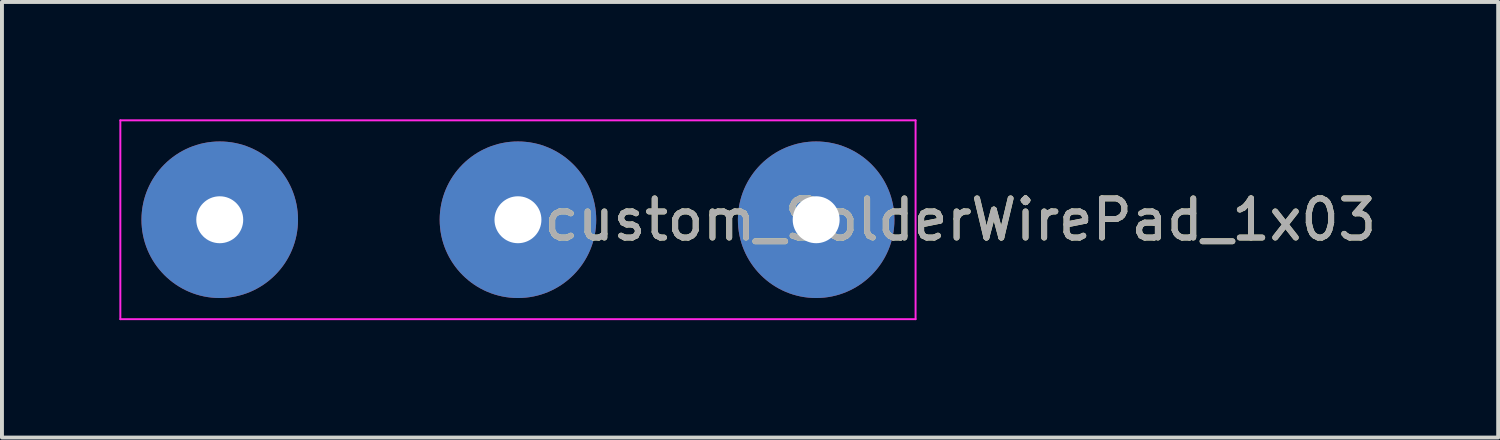
<source format=kicad_pcb>
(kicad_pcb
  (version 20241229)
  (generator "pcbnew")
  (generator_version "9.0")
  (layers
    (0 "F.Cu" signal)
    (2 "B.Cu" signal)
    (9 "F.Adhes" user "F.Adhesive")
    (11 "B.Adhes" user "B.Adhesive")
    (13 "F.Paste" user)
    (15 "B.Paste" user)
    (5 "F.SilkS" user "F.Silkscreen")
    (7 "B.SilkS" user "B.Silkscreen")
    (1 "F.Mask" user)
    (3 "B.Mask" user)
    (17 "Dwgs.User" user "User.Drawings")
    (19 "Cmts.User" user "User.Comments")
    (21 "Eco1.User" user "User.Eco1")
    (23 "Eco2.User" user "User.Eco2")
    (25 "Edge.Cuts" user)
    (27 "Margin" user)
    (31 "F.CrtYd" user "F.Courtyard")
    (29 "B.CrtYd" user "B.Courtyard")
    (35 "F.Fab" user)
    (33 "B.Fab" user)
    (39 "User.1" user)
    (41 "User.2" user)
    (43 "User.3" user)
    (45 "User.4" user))
  (footprint "custom_SolderWirePad_1x03"
    (layer "F.Cu")
    (at 7.645 2.565)
    (property "Reference" "custom_SolderWirePad_1x03" (at 13.843 0 180) (layer "F.SilkS") (effects (font (size 1 1) (thickness 0.15))))
    (attr exclude_from_pos_files exclude_from_bom)
    (fp_line (start -7.62 -2.54) (end -7.62 2.54) (stroke (width 0.05) (type solid)) (layer "F.CrtYd"))
    (fp_line (start -7.62 -2.54) (end 12.7 -2.54) (stroke (width 0.05) (type solid)) (layer "F.CrtYd"))
    (fp_line (start 12.7 2.54) (end -7.62 2.54) (stroke (width 0.05) (type solid)) (layer "F.CrtYd"))
    (fp_line (start 12.7 2.54) (end 12.7 -2.54) (stroke (width 0.05) (type solid)) (layer "F.CrtYd"))
    (fp_text user "${REFERENCE}" (at 13.843 0 0) (layer "F.Fab") (effects (font (size 1 1) (thickness 0.15))))
    (pad "1" thru_hole oval (at -5.08 0) (size 4 4) (drill 1.199) (layers "*.Cu" "*.Mask"))
    (pad "2" thru_hole oval (at 2.54 0) (size 4 4) (drill 1.199) (layers "*.Cu" "*.Mask"))
    (pad "3" thru_hole oval (at 10.16 0) (size 4 4) (drill 1.199) (layers "*.Cu" "*.Mask")))
  (gr_rect
    (start -3 -3)
    (end 35.232 8.13)
    (stroke (width 0.1) (type default))
    (fill no)
    (layer "Edge.Cuts")))
</source>
